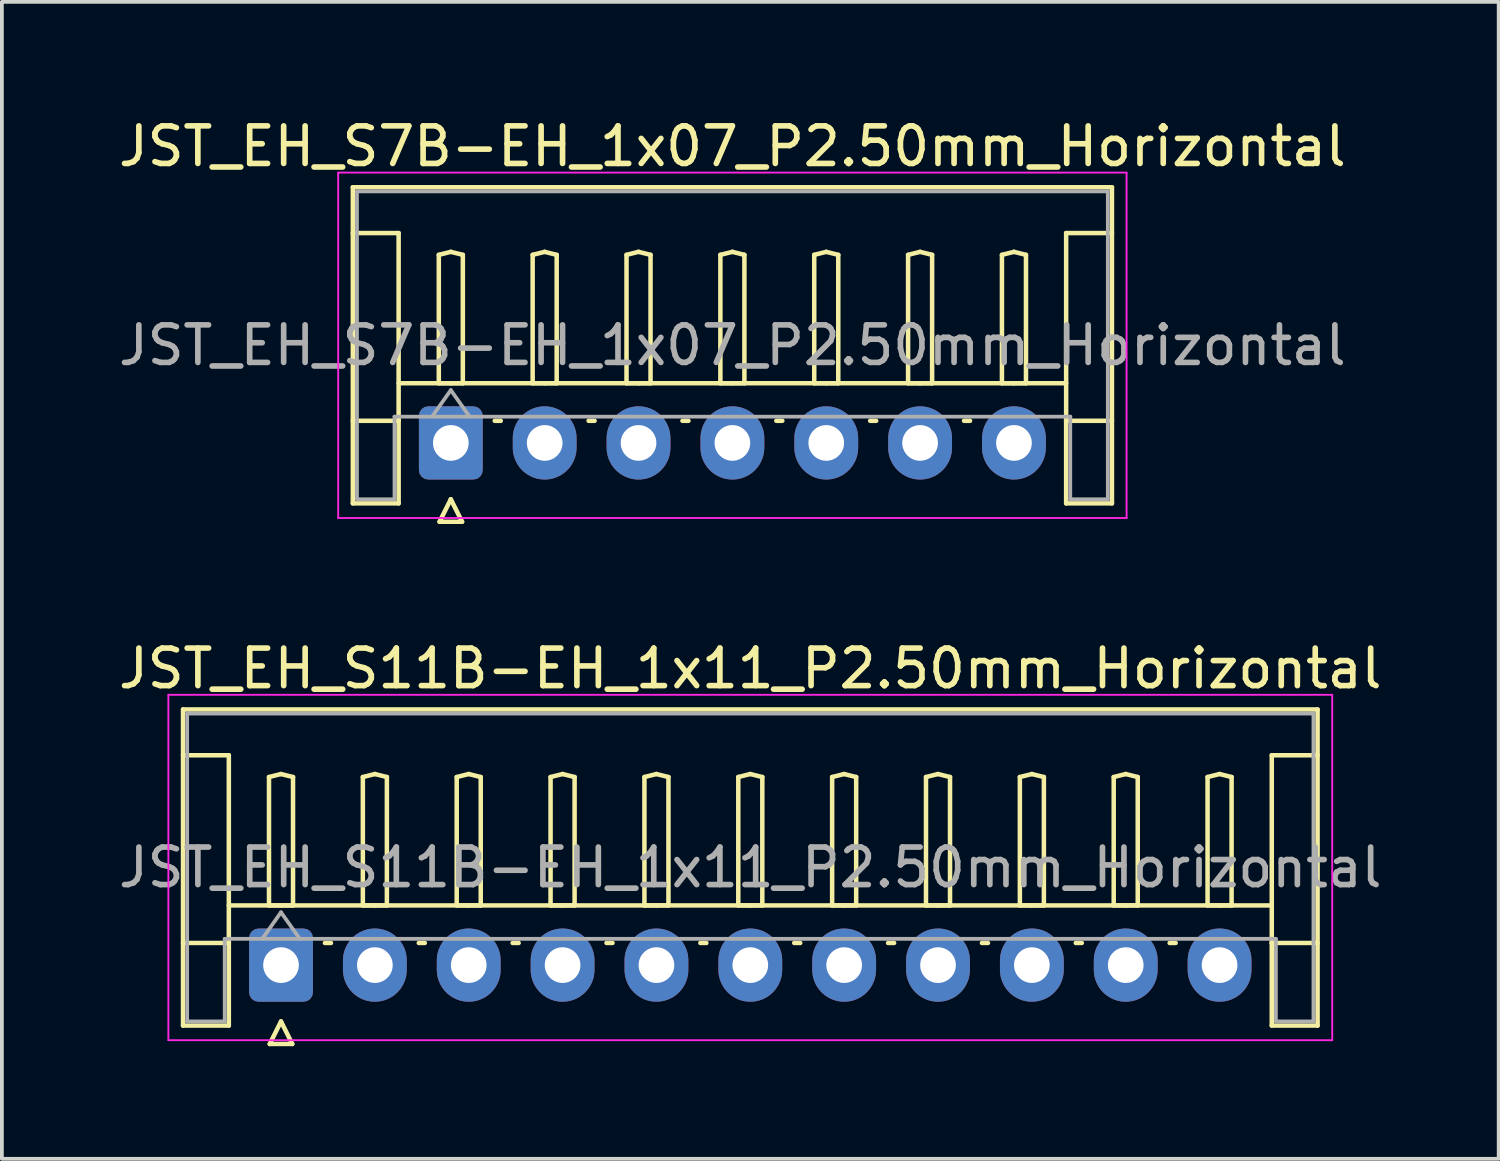
<source format=kicad_pcb>
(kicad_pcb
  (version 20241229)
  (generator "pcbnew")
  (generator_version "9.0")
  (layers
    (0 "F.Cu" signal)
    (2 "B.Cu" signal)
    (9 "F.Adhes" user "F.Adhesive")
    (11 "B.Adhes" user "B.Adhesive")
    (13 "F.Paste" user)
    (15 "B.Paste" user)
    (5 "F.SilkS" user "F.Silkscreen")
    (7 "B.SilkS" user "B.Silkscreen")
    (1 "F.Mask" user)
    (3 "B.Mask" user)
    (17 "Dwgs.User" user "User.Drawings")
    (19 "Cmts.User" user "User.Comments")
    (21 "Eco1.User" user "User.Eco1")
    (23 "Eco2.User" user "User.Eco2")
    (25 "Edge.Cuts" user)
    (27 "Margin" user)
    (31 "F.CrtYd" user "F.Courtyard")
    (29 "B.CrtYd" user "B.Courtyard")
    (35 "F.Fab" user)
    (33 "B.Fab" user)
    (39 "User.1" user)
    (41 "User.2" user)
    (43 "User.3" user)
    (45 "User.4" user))
  (footprint "JST_EH_S7B-EH_1x07_P2.50mm_Horizontal"
    (layer "F.Cu")
    (at 8.958 8.748)
    (property "Reference" "JST_EH_S7B-EH_1x07_P2.50mm_Horizontal" (at 7.5 -7.9 0) (layer "F.SilkS") (effects (font (size 1 1) (thickness 0.15))))
    (attr through_hole)
    (fp_line (start -2.61 -6.81) (end 17.61 -6.81) (stroke (width 0.12) (type solid)) (layer "F.SilkS"))
    (fp_line (start -2.61 -5.59) (end -1.39 -5.59) (stroke (width 0.12) (type solid)) (layer "F.SilkS"))
    (fp_line (start -2.61 1.61) (end -2.61 -6.81) (stroke (width 0.12) (type solid)) (layer "F.SilkS"))
    (fp_line (start -1.39 -5.59) (end -1.39 -0.59) (stroke (width 0.12) (type solid)) (layer "F.SilkS"))
    (fp_line (start -1.39 -1.59) (end 16.39 -1.59) (stroke (width 0.12) (type solid)) (layer "F.SilkS"))
    (fp_line (start -1.39 -0.59) (end -2.61 -0.59) (stroke (width 0.12) (type solid)) (layer "F.SilkS"))
    (fp_line (start -1.39 -0.59) (end -1.39 1.61) (stroke (width 0.12) (type solid)) (layer "F.SilkS"))
    (fp_line (start -1.39 1.61) (end -2.61 1.61) (stroke (width 0.12) (type solid)) (layer "F.SilkS"))
    (fp_line (start -0.32 -5.01) (end 0 -5.09) (stroke (width 0.12) (type solid)) (layer "F.SilkS"))
    (fp_line (start -0.32 -1.59) (end -0.32 -5.01) (stroke (width 0.12) (type solid)) (layer "F.SilkS"))
    (fp_line (start -0.3 2.1) (end 0.3 2.1) (stroke (width 0.12) (type solid)) (layer "F.SilkS"))
    (fp_line (start 0 -5.09) (end 0.32 -5.01) (stroke (width 0.12) (type solid)) (layer "F.SilkS"))
    (fp_line (start 0 -1.59) (end -0.32 -1.59) (stroke (width 0.12) (type solid)) (layer "F.SilkS"))
    (fp_line (start 0 1.5) (end -0.3 2.1) (stroke (width 0.12) (type solid)) (layer "F.SilkS"))
    (fp_line (start 0.3 2.1) (end 0 1.5) (stroke (width 0.12) (type solid)) (layer "F.SilkS"))
    (fp_line (start 0.32 -5.01) (end 0.32 -1.59) (stroke (width 0.12) (type solid)) (layer "F.SilkS"))
    (fp_line (start 0.32 -1.59) (end 0 -1.59) (stroke (width 0.12) (type solid)) (layer "F.SilkS"))
    (fp_line (start 1.17 -0.59) (end 1.33 -0.59) (stroke (width 0.12) (type solid)) (layer "F.SilkS"))
    (fp_line (start 2.18 -5.01) (end 2.5 -5.09) (stroke (width 0.12) (type solid)) (layer "F.SilkS"))
    (fp_line (start 2.18 -1.59) (end 2.18 -5.01) (stroke (width 0.12) (type solid)) (layer "F.SilkS"))
    (fp_line (start 2.5 -5.09) (end 2.82 -5.01) (stroke (width 0.12) (type solid)) (layer "F.SilkS"))
    (fp_line (start 2.5 -1.59) (end 2.18 -1.59) (stroke (width 0.12) (type solid)) (layer "F.SilkS"))
    (fp_line (start 2.82 -5.01) (end 2.82 -1.59) (stroke (width 0.12) (type solid)) (layer "F.SilkS"))
    (fp_line (start 2.82 -1.59) (end 2.5 -1.59) (stroke (width 0.12) (type solid)) (layer "F.SilkS"))
    (fp_line (start 3.67 -0.59) (end 3.83 -0.59) (stroke (width 0.12) (type solid)) (layer "F.SilkS"))
    (fp_line (start 4.68 -5.01) (end 5 -5.09) (stroke (width 0.12) (type solid)) (layer "F.SilkS"))
    (fp_line (start 4.68 -1.59) (end 4.68 -5.01) (stroke (width 0.12) (type solid)) (layer "F.SilkS"))
    (fp_line (start 5 -5.09) (end 5.32 -5.01) (stroke (width 0.12) (type solid)) (layer "F.SilkS"))
    (fp_line (start 5 -1.59) (end 4.68 -1.59) (stroke (width 0.12) (type solid)) (layer "F.SilkS"))
    (fp_line (start 5.32 -5.01) (end 5.32 -1.59) (stroke (width 0.12) (type solid)) (layer "F.SilkS"))
    (fp_line (start 5.32 -1.59) (end 5 -1.59) (stroke (width 0.12) (type solid)) (layer "F.SilkS"))
    (fp_line (start 6.17 -0.59) (end 6.33 -0.59) (stroke (width 0.12) (type solid)) (layer "F.SilkS"))
    (fp_line (start 7.18 -5.01) (end 7.5 -5.09) (stroke (width 0.12) (type solid)) (layer "F.SilkS"))
    (fp_line (start 7.18 -1.59) (end 7.18 -5.01) (stroke (width 0.12) (type solid)) (layer "F.SilkS"))
    (fp_line (start 7.5 -5.09) (end 7.82 -5.01) (stroke (width 0.12) (type solid)) (layer "F.SilkS"))
    (fp_line (start 7.5 -1.59) (end 7.18 -1.59) (stroke (width 0.12) (type solid)) (layer "F.SilkS"))
    (fp_line (start 7.82 -5.01) (end 7.82 -1.59) (stroke (width 0.12) (type solid)) (layer "F.SilkS"))
    (fp_line (start 7.82 -1.59) (end 7.5 -1.59) (stroke (width 0.12) (type solid)) (layer "F.SilkS"))
    (fp_line (start 8.67 -0.59) (end 8.83 -0.59) (stroke (width 0.12) (type solid)) (layer "F.SilkS"))
    (fp_line (start 9.68 -5.01) (end 10 -5.09) (stroke (width 0.12) (type solid)) (layer "F.SilkS"))
    (fp_line (start 9.68 -1.59) (end 9.68 -5.01) (stroke (width 0.12) (type solid)) (layer "F.SilkS"))
    (fp_line (start 10 -5.09) (end 10.32 -5.01) (stroke (width 0.12) (type solid)) (layer "F.SilkS"))
    (fp_line (start 10 -1.59) (end 9.68 -1.59) (stroke (width 0.12) (type solid)) (layer "F.SilkS"))
    (fp_line (start 10.32 -5.01) (end 10.32 -1.59) (stroke (width 0.12) (type solid)) (layer "F.SilkS"))
    (fp_line (start 10.32 -1.59) (end 10 -1.59) (stroke (width 0.12) (type solid)) (layer "F.SilkS"))
    (fp_line (start 11.17 -0.59) (end 11.33 -0.59) (stroke (width 0.12) (type solid)) (layer "F.SilkS"))
    (fp_line (start 12.18 -5.01) (end 12.5 -5.09) (stroke (width 0.12) (type solid)) (layer "F.SilkS"))
    (fp_line (start 12.18 -1.59) (end 12.18 -5.01) (stroke (width 0.12) (type solid)) (layer "F.SilkS"))
    (fp_line (start 12.5 -5.09) (end 12.82 -5.01) (stroke (width 0.12) (type solid)) (layer "F.SilkS"))
    (fp_line (start 12.5 -1.59) (end 12.18 -1.59) (stroke (width 0.12) (type solid)) (layer "F.SilkS"))
    (fp_line (start 12.82 -5.01) (end 12.82 -1.59) (stroke (width 0.12) (type solid)) (layer "F.SilkS"))
    (fp_line (start 12.82 -1.59) (end 12.5 -1.59) (stroke (width 0.12) (type solid)) (layer "F.SilkS"))
    (fp_line (start 13.67 -0.59) (end 13.83 -0.59) (stroke (width 0.12) (type solid)) (layer "F.SilkS"))
    (fp_line (start 14.68 -5.01) (end 15 -5.09) (stroke (width 0.12) (type solid)) (layer "F.SilkS"))
    (fp_line (start 14.68 -1.59) (end 14.68 -5.01) (stroke (width 0.12) (type solid)) (layer "F.SilkS"))
    (fp_line (start 15 -5.09) (end 15.32 -5.01) (stroke (width 0.12) (type solid)) (layer "F.SilkS"))
    (fp_line (start 15 -1.59) (end 14.68 -1.59) (stroke (width 0.12) (type solid)) (layer "F.SilkS"))
    (fp_line (start 15.32 -5.01) (end 15.32 -1.59) (stroke (width 0.12) (type solid)) (layer "F.SilkS"))
    (fp_line (start 15.32 -1.59) (end 15 -1.59) (stroke (width 0.12) (type solid)) (layer "F.SilkS"))
    (fp_line (start 16.39 -5.59) (end 16.39 -0.59) (stroke (width 0.12) (type solid)) (layer "F.SilkS"))
    (fp_line (start 16.39 -0.59) (end 17.61 -0.59) (stroke (width 0.12) (type solid)) (layer "F.SilkS"))
    (fp_line (start 16.39 1.61) (end 16.39 -0.59) (stroke (width 0.12) (type solid)) (layer "F.SilkS"))
    (fp_line (start 17.61 -6.81) (end 17.61 1.61) (stroke (width 0.12) (type solid)) (layer "F.SilkS"))
    (fp_line (start 17.61 -5.59) (end 16.39 -5.59) (stroke (width 0.12) (type solid)) (layer "F.SilkS"))
    (fp_line (start 17.61 1.61) (end 16.39 1.61) (stroke (width 0.12) (type solid)) (layer "F.SilkS"))
    (fp_line (start -3 -7.2) (end -3 2) (stroke (width 0.05) (type solid)) (layer "F.CrtYd"))
    (fp_line (start -3 2) (end 18 2) (stroke (width 0.05) (type solid)) (layer "F.CrtYd"))
    (fp_line (start 18 -7.2) (end -3 -7.2) (stroke (width 0.05) (type solid)) (layer "F.CrtYd"))
    (fp_line (start 18 2) (end 18 -7.2) (stroke (width 0.05) (type solid)) (layer "F.CrtYd"))
    (fp_line (start -2.5 -6.7) (end 17.5 -6.7) (stroke (width 0.1) (type solid)) (layer "F.Fab"))
    (fp_line (start -2.5 1.5) (end -2.5 -6.7) (stroke (width 0.1) (type solid)) (layer "F.Fab"))
    (fp_line (start -1.5 -0.7) (end -1.5 1.5) (stroke (width 0.1) (type solid)) (layer "F.Fab"))
    (fp_line (start -1.5 1.5) (end -2.5 1.5) (stroke (width 0.1) (type solid)) (layer "F.Fab"))
    (fp_line (start -0.5 -0.7) (end 0 -1.407) (stroke (width 0.1) (type solid)) (layer "F.Fab"))
    (fp_line (start 0 -1.407) (end 0.5 -0.7) (stroke (width 0.1) (type solid)) (layer "F.Fab"))
    (fp_line (start 16.5 -0.7) (end -1.5 -0.7) (stroke (width 0.1) (type solid)) (layer "F.Fab"))
    (fp_line (start 16.5 1.5) (end 16.5 -0.7) (stroke (width 0.1) (type solid)) (layer "F.Fab"))
    (fp_line (start 17.5 -6.7) (end 17.5 1.5) (stroke (width 0.1) (type solid)) (layer "F.Fab"))
    (fp_line (start 17.5 1.5) (end 16.5 1.5) (stroke (width 0.1) (type solid)) (layer "F.Fab"))
    (fp_text user "${REFERENCE}" (at 7.5 -2.6 0) (layer "F.Fab") (effects (font (size 1 1) (thickness 0.15))))
    (pad "1" thru_hole roundrect (at 0 0) (size 1.7 1.95) (drill 0.95) (layers "*.Cu" "*.Mask") (roundrect_rratio 0.147))
    (pad "2" thru_hole oval (at 2.5 0) (size 1.7 1.95) (drill 0.95) (layers "*.Cu" "*.Mask"))
    (pad "3" thru_hole oval (at 5 0) (size 1.7 1.95) (drill 0.95) (layers "*.Cu" "*.Mask"))
    (pad "4" thru_hole oval (at 7.5 0) (size 1.7 1.95) (drill 0.95) (layers "*.Cu" "*.Mask"))
    (pad "5" thru_hole oval (at 10 0) (size 1.7 1.95) (drill 0.95) (layers "*.Cu" "*.Mask"))
    (pad "6" thru_hole oval (at 12.5 0) (size 1.7 1.95) (drill 0.95) (layers "*.Cu" "*.Mask"))
    (pad "7" thru_hole oval (at 15 0) (size 1.7 1.95) (drill 0.95) (layers "*.Cu" "*.Mask")))
  (footprint "JST_EH_S11B-EH_1x11_P2.50mm_Horizontal"
    (layer "F.Cu")
    (at 4.435 22.657)
    (property "Reference" "JST_EH_S11B-EH_1x11_P2.50mm_Horizontal" (at 12.5 -7.9 0) (layer "F.SilkS") (effects (font (size 1 1) (thickness 0.15))))
    (attr through_hole)
    (fp_line (start -2.61 -6.81) (end 27.61 -6.81) (stroke (width 0.12) (type solid)) (layer "F.SilkS"))
    (fp_line (start -2.61 -5.59) (end -1.39 -5.59) (stroke (width 0.12) (type solid)) (layer "F.SilkS"))
    (fp_line (start -2.61 1.61) (end -2.61 -6.81) (stroke (width 0.12) (type solid)) (layer "F.SilkS"))
    (fp_line (start -1.39 -5.59) (end -1.39 -0.59) (stroke (width 0.12) (type solid)) (layer "F.SilkS"))
    (fp_line (start -1.39 -1.59) (end 26.39 -1.59) (stroke (width 0.12) (type solid)) (layer "F.SilkS"))
    (fp_line (start -1.39 -0.59) (end -2.61 -0.59) (stroke (width 0.12) (type solid)) (layer "F.SilkS"))
    (fp_line (start -1.39 -0.59) (end -1.39 1.61) (stroke (width 0.12) (type solid)) (layer "F.SilkS"))
    (fp_line (start -1.39 1.61) (end -2.61 1.61) (stroke (width 0.12) (type solid)) (layer "F.SilkS"))
    (fp_line (start -0.32 -5.01) (end 0 -5.09) (stroke (width 0.12) (type solid)) (layer "F.SilkS"))
    (fp_line (start -0.32 -1.59) (end -0.32 -5.01) (stroke (width 0.12) (type solid)) (layer "F.SilkS"))
    (fp_line (start -0.3 2.1) (end 0.3 2.1) (stroke (width 0.12) (type solid)) (layer "F.SilkS"))
    (fp_line (start 0 -5.09) (end 0.32 -5.01) (stroke (width 0.12) (type solid)) (layer "F.SilkS"))
    (fp_line (start 0 -1.59) (end -0.32 -1.59) (stroke (width 0.12) (type solid)) (layer "F.SilkS"))
    (fp_line (start 0 1.5) (end -0.3 2.1) (stroke (width 0.12) (type solid)) (layer "F.SilkS"))
    (fp_line (start 0.3 2.1) (end 0 1.5) (stroke (width 0.12) (type solid)) (layer "F.SilkS"))
    (fp_line (start 0.32 -5.01) (end 0.32 -1.59) (stroke (width 0.12) (type solid)) (layer "F.SilkS"))
    (fp_line (start 0.32 -1.59) (end 0 -1.59) (stroke (width 0.12) (type solid)) (layer "F.SilkS"))
    (fp_line (start 1.17 -0.59) (end 1.33 -0.59) (stroke (width 0.12) (type solid)) (layer "F.SilkS"))
    (fp_line (start 2.18 -5.01) (end 2.5 -5.09) (stroke (width 0.12) (type solid)) (layer "F.SilkS"))
    (fp_line (start 2.18 -1.59) (end 2.18 -5.01) (stroke (width 0.12) (type solid)) (layer "F.SilkS"))
    (fp_line (start 2.5 -5.09) (end 2.82 -5.01) (stroke (width 0.12) (type solid)) (layer "F.SilkS"))
    (fp_line (start 2.5 -1.59) (end 2.18 -1.59) (stroke (width 0.12) (type solid)) (layer "F.SilkS"))
    (fp_line (start 2.82 -5.01) (end 2.82 -1.59) (stroke (width 0.12) (type solid)) (layer "F.SilkS"))
    (fp_line (start 2.82 -1.59) (end 2.5 -1.59) (stroke (width 0.12) (type solid)) (layer "F.SilkS"))
    (fp_line (start 3.67 -0.59) (end 3.83 -0.59) (stroke (width 0.12) (type solid)) (layer "F.SilkS"))
    (fp_line (start 4.68 -5.01) (end 5 -5.09) (stroke (width 0.12) (type solid)) (layer "F.SilkS"))
    (fp_line (start 4.68 -1.59) (end 4.68 -5.01) (stroke (width 0.12) (type solid)) (layer "F.SilkS"))
    (fp_line (start 5 -5.09) (end 5.32 -5.01) (stroke (width 0.12) (type solid)) (layer "F.SilkS"))
    (fp_line (start 5 -1.59) (end 4.68 -1.59) (stroke (width 0.12) (type solid)) (layer "F.SilkS"))
    (fp_line (start 5.32 -5.01) (end 5.32 -1.59) (stroke (width 0.12) (type solid)) (layer "F.SilkS"))
    (fp_line (start 5.32 -1.59) (end 5 -1.59) (stroke (width 0.12) (type solid)) (layer "F.SilkS"))
    (fp_line (start 6.17 -0.59) (end 6.33 -0.59) (stroke (width 0.12) (type solid)) (layer "F.SilkS"))
    (fp_line (start 7.18 -5.01) (end 7.5 -5.09) (stroke (width 0.12) (type solid)) (layer "F.SilkS"))
    (fp_line (start 7.18 -1.59) (end 7.18 -5.01) (stroke (width 0.12) (type solid)) (layer "F.SilkS"))
    (fp_line (start 7.5 -5.09) (end 7.82 -5.01) (stroke (width 0.12) (type solid)) (layer "F.SilkS"))
    (fp_line (start 7.5 -1.59) (end 7.18 -1.59) (stroke (width 0.12) (type solid)) (layer "F.SilkS"))
    (fp_line (start 7.82 -5.01) (end 7.82 -1.59) (stroke (width 0.12) (type solid)) (layer "F.SilkS"))
    (fp_line (start 7.82 -1.59) (end 7.5 -1.59) (stroke (width 0.12) (type solid)) (layer "F.SilkS"))
    (fp_line (start 8.67 -0.59) (end 8.83 -0.59) (stroke (width 0.12) (type solid)) (layer "F.SilkS"))
    (fp_line (start 9.68 -5.01) (end 10 -5.09) (stroke (width 0.12) (type solid)) (layer "F.SilkS"))
    (fp_line (start 9.68 -1.59) (end 9.68 -5.01) (stroke (width 0.12) (type solid)) (layer "F.SilkS"))
    (fp_line (start 10 -5.09) (end 10.32 -5.01) (stroke (width 0.12) (type solid)) (layer "F.SilkS"))
    (fp_line (start 10 -1.59) (end 9.68 -1.59) (stroke (width 0.12) (type solid)) (layer "F.SilkS"))
    (fp_line (start 10.32 -5.01) (end 10.32 -1.59) (stroke (width 0.12) (type solid)) (layer "F.SilkS"))
    (fp_line (start 10.32 -1.59) (end 10 -1.59) (stroke (width 0.12) (type solid)) (layer "F.SilkS"))
    (fp_line (start 11.17 -0.59) (end 11.33 -0.59) (stroke (width 0.12) (type solid)) (layer "F.SilkS"))
    (fp_line (start 12.18 -5.01) (end 12.5 -5.09) (stroke (width 0.12) (type solid)) (layer "F.SilkS"))
    (fp_line (start 12.18 -1.59) (end 12.18 -5.01) (stroke (width 0.12) (type solid)) (layer "F.SilkS"))
    (fp_line (start 12.5 -5.09) (end 12.82 -5.01) (stroke (width 0.12) (type solid)) (layer "F.SilkS"))
    (fp_line (start 12.5 -1.59) (end 12.18 -1.59) (stroke (width 0.12) (type solid)) (layer "F.SilkS"))
    (fp_line (start 12.82 -5.01) (end 12.82 -1.59) (stroke (width 0.12) (type solid)) (layer "F.SilkS"))
    (fp_line (start 12.82 -1.59) (end 12.5 -1.59) (stroke (width 0.12) (type solid)) (layer "F.SilkS"))
    (fp_line (start 13.67 -0.59) (end 13.83 -0.59) (stroke (width 0.12) (type solid)) (layer "F.SilkS"))
    (fp_line (start 14.68 -5.01) (end 15 -5.09) (stroke (width 0.12) (type solid)) (layer "F.SilkS"))
    (fp_line (start 14.68 -1.59) (end 14.68 -5.01) (stroke (width 0.12) (type solid)) (layer "F.SilkS"))
    (fp_line (start 15 -5.09) (end 15.32 -5.01) (stroke (width 0.12) (type solid)) (layer "F.SilkS"))
    (fp_line (start 15 -1.59) (end 14.68 -1.59) (stroke (width 0.12) (type solid)) (layer "F.SilkS"))
    (fp_line (start 15.32 -5.01) (end 15.32 -1.59) (stroke (width 0.12) (type solid)) (layer "F.SilkS"))
    (fp_line (start 15.32 -1.59) (end 15 -1.59) (stroke (width 0.12) (type solid)) (layer "F.SilkS"))
    (fp_line (start 16.17 -0.59) (end 16.33 -0.59) (stroke (width 0.12) (type solid)) (layer "F.SilkS"))
    (fp_line (start 17.18 -5.01) (end 17.5 -5.09) (stroke (width 0.12) (type solid)) (layer "F.SilkS"))
    (fp_line (start 17.18 -1.59) (end 17.18 -5.01) (stroke (width 0.12) (type solid)) (layer "F.SilkS"))
    (fp_line (start 17.5 -5.09) (end 17.82 -5.01) (stroke (width 0.12) (type solid)) (layer "F.SilkS"))
    (fp_line (start 17.5 -1.59) (end 17.18 -1.59) (stroke (width 0.12) (type solid)) (layer "F.SilkS"))
    (fp_line (start 17.82 -5.01) (end 17.82 -1.59) (stroke (width 0.12) (type solid)) (layer "F.SilkS"))
    (fp_line (start 17.82 -1.59) (end 17.5 -1.59) (stroke (width 0.12) (type solid)) (layer "F.SilkS"))
    (fp_line (start 18.67 -0.59) (end 18.83 -0.59) (stroke (width 0.12) (type solid)) (layer "F.SilkS"))
    (fp_line (start 19.68 -5.01) (end 20 -5.09) (stroke (width 0.12) (type solid)) (layer "F.SilkS"))
    (fp_line (start 19.68 -1.59) (end 19.68 -5.01) (stroke (width 0.12) (type solid)) (layer "F.SilkS"))
    (fp_line (start 20 -5.09) (end 20.32 -5.01) (stroke (width 0.12) (type solid)) (layer "F.SilkS"))
    (fp_line (start 20 -1.59) (end 19.68 -1.59) (stroke (width 0.12) (type solid)) (layer "F.SilkS"))
    (fp_line (start 20.32 -5.01) (end 20.32 -1.59) (stroke (width 0.12) (type solid)) (layer "F.SilkS"))
    (fp_line (start 20.32 -1.59) (end 20 -1.59) (stroke (width 0.12) (type solid)) (layer "F.SilkS"))
    (fp_line (start 21.17 -0.59) (end 21.33 -0.59) (stroke (width 0.12) (type solid)) (layer "F.SilkS"))
    (fp_line (start 22.18 -5.01) (end 22.5 -5.09) (stroke (width 0.12) (type solid)) (layer "F.SilkS"))
    (fp_line (start 22.18 -1.59) (end 22.18 -5.01) (stroke (width 0.12) (type solid)) (layer "F.SilkS"))
    (fp_line (start 22.5 -5.09) (end 22.82 -5.01) (stroke (width 0.12) (type solid)) (layer "F.SilkS"))
    (fp_line (start 22.5 -1.59) (end 22.18 -1.59) (stroke (width 0.12) (type solid)) (layer "F.SilkS"))
    (fp_line (start 22.82 -5.01) (end 22.82 -1.59) (stroke (width 0.12) (type solid)) (layer "F.SilkS"))
    (fp_line (start 22.82 -1.59) (end 22.5 -1.59) (stroke (width 0.12) (type solid)) (layer "F.SilkS"))
    (fp_line (start 23.67 -0.59) (end 23.83 -0.59) (stroke (width 0.12) (type solid)) (layer "F.SilkS"))
    (fp_line (start 24.68 -5.01) (end 25 -5.09) (stroke (width 0.12) (type solid)) (layer "F.SilkS"))
    (fp_line (start 24.68 -1.59) (end 24.68 -5.01) (stroke (width 0.12) (type solid)) (layer "F.SilkS"))
    (fp_line (start 25 -5.09) (end 25.32 -5.01) (stroke (width 0.12) (type solid)) (layer "F.SilkS"))
    (fp_line (start 25 -1.59) (end 24.68 -1.59) (stroke (width 0.12) (type solid)) (layer "F.SilkS"))
    (fp_line (start 25.32 -5.01) (end 25.32 -1.59) (stroke (width 0.12) (type solid)) (layer "F.SilkS"))
    (fp_line (start 25.32 -1.59) (end 25 -1.59) (stroke (width 0.12) (type solid)) (layer "F.SilkS"))
    (fp_line (start 26.39 -5.59) (end 26.39 -0.59) (stroke (width 0.12) (type solid)) (layer "F.SilkS"))
    (fp_line (start 26.39 -0.59) (end 27.61 -0.59) (stroke (width 0.12) (type solid)) (layer "F.SilkS"))
    (fp_line (start 26.39 1.61) (end 26.39 -0.59) (stroke (width 0.12) (type solid)) (layer "F.SilkS"))
    (fp_line (start 27.61 -6.81) (end 27.61 1.61) (stroke (width 0.12) (type solid)) (layer "F.SilkS"))
    (fp_line (start 27.61 -5.59) (end 26.39 -5.59) (stroke (width 0.12) (type solid)) (layer "F.SilkS"))
    (fp_line (start 27.61 1.61) (end 26.39 1.61) (stroke (width 0.12) (type solid)) (layer "F.SilkS"))
    (fp_line (start -3 -7.2) (end -3 2) (stroke (width 0.05) (type solid)) (layer "F.CrtYd"))
    (fp_line (start -3 2) (end 28 2) (stroke (width 0.05) (type solid)) (layer "F.CrtYd"))
    (fp_line (start 28 -7.2) (end -3 -7.2) (stroke (width 0.05) (type solid)) (layer "F.CrtYd"))
    (fp_line (start 28 2) (end 28 -7.2) (stroke (width 0.05) (type solid)) (layer "F.CrtYd"))
    (fp_line (start -2.5 -6.7) (end 27.5 -6.7) (stroke (width 0.1) (type solid)) (layer "F.Fab"))
    (fp_line (start -2.5 1.5) (end -2.5 -6.7) (stroke (width 0.1) (type solid)) (layer "F.Fab"))
    (fp_line (start -1.5 -0.7) (end -1.5 1.5) (stroke (width 0.1) (type solid)) (layer "F.Fab"))
    (fp_line (start -1.5 1.5) (end -2.5 1.5) (stroke (width 0.1) (type solid)) (layer "F.Fab"))
    (fp_line (start -0.5 -0.7) (end 0 -1.407) (stroke (width 0.1) (type solid)) (layer "F.Fab"))
    (fp_line (start 0 -1.407) (end 0.5 -0.7) (stroke (width 0.1) (type solid)) (layer "F.Fab"))
    (fp_line (start 26.5 -0.7) (end -1.5 -0.7) (stroke (width 0.1) (type solid)) (layer "F.Fab"))
    (fp_line (start 26.5 1.5) (end 26.5 -0.7) (stroke (width 0.1) (type solid)) (layer "F.Fab"))
    (fp_line (start 27.5 -6.7) (end 27.5 1.5) (stroke (width 0.1) (type solid)) (layer "F.Fab"))
    (fp_line (start 27.5 1.5) (end 26.5 1.5) (stroke (width 0.1) (type solid)) (layer "F.Fab"))
    (fp_text user "${REFERENCE}" (at 12.5 -2.6 0) (layer "F.Fab") (effects (font (size 1 1) (thickness 0.15))))
    (pad "1" thru_hole roundrect (at 0 0) (size 1.7 1.95) (drill 0.95) (layers "*.Cu" "*.Mask") (roundrect_rratio 0.147))
    (pad "2" thru_hole oval (at 2.5 0) (size 1.7 1.95) (drill 0.95) (layers "*.Cu" "*.Mask"))
    (pad "3" thru_hole oval (at 5 0) (size 1.7 1.95) (drill 0.95) (layers "*.Cu" "*.Mask"))
    (pad "4" thru_hole oval (at 7.5 0) (size 1.7 1.95) (drill 0.95) (layers "*.Cu" "*.Mask"))
    (pad "5" thru_hole oval (at 10 0) (size 1.7 1.95) (drill 0.95) (layers "*.Cu" "*.Mask"))
    (pad "6" thru_hole oval (at 12.5 0) (size 1.7 1.95) (drill 0.95) (layers "*.Cu" "*.Mask"))
    (pad "7" thru_hole oval (at 15 0) (size 1.7 1.95) (drill 0.95) (layers "*.Cu" "*.Mask"))
    (pad "8" thru_hole oval (at 17.5 0) (size 1.7 1.95) (drill 0.95) (layers "*.Cu" "*.Mask"))
    (pad "9" thru_hole oval (at 20 0) (size 1.7 1.95) (drill 0.95) (layers "*.Cu" "*.Mask"))
    (pad "10" thru_hole oval (at 22.5 0) (size 1.7 1.95) (drill 0.95) (layers "*.Cu" "*.Mask"))
    (pad "11" thru_hole oval (at 25 0) (size 1.7 1.95) (drill 0.95) (layers "*.Cu" "*.Mask")))
  (gr_rect
    (start -3 -3)
    (end 36.869 27.817)
    (stroke (width 0.1) (type default))
    (fill no)
    (layer "Edge.Cuts")))
</source>
